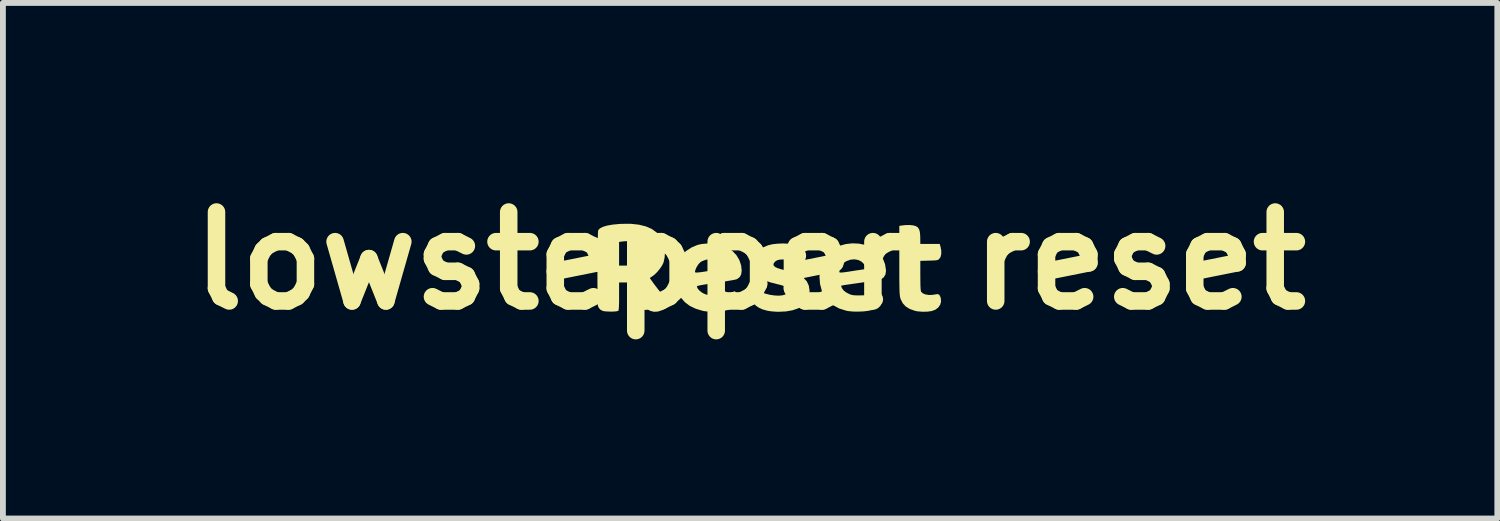
<source format=kicad_pcb>
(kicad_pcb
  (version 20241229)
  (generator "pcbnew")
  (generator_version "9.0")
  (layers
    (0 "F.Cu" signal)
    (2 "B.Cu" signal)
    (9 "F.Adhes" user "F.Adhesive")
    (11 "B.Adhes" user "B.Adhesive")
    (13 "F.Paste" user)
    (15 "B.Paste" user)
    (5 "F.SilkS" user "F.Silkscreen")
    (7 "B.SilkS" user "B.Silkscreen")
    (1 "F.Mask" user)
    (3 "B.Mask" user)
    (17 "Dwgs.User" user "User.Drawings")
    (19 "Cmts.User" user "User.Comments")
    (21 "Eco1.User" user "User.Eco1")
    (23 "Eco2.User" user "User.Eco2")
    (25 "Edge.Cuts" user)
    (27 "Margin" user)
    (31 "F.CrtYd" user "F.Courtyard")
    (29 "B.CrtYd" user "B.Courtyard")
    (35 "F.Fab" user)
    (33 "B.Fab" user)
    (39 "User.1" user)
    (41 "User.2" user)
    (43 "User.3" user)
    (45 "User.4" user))
  (footprint "lowstepper reset"
    (layer "F.Cu")
    (at 9.804 1.418)
    (property "Reference" "lowstepper reset" (at 0 0 0) (layer "F.SilkS") (effects (font (size 1.524 1.524) (thickness 0.3))))
    (attr board_only exclude_from_pos_files exclude_from_bom)
    (fp_poly (pts (xy 2.793 -0.606) (xy 2.839 -0.594) (xy 2.845 -0.591) (xy 2.875 -0.57) (xy 2.896 -0.539) (xy 2.909 -0.494) (xy 2.915 -0.431) (xy 2.916 -0.387) (xy 2.917 -0.288) (xy 3.249 -0.288) (xy 3.263 -0.242) (xy 3.276 -0.175) (xy 3.276 -0.114) (xy 3.263 -0.063) (xy 3.248 -0.04) (xy 3.235 -0.026) (xy 3.222 -0.016) (xy 3.203 -0.01) (xy 3.175 -0.006) (xy 3.132 -0.004) (xy 3.07 -0.002) (xy 3.068 -0.002) (xy 2.917 0.002) (xy 2.917 0.254) (xy 2.918 0.347) (xy 2.919 0.423) (xy 2.922 0.48) (xy 2.926 0.517) (xy 2.93 0.53) (xy 2.958 0.558) (xy 3.003 0.577) (xy 3.062 0.587) (xy 3.128 0.585) (xy 3.175 0.577) (xy 3.213 0.572) (xy 3.239 0.581) (xy 3.256 0.608) (xy 3.267 0.638) (xy 3.273 0.697) (xy 3.258 0.753) (xy 3.224 0.802) (xy 3.174 0.84) (xy 3.109 0.863) (xy 3.033 0.873) (xy 2.948 0.874) (xy 2.867 0.867) (xy 2.824 0.858) (xy 2.735 0.826) (xy 2.667 0.784) (xy 2.616 0.729) (xy 2.581 0.66) (xy 2.576 0.646) (xy 2.572 0.629) (xy 2.568 0.609) (xy 2.565 0.582) (xy 2.562 0.547) (xy 2.56 0.502) (xy 2.559 0.444) (xy 2.558 0.371) (xy 2.557 0.282) (xy 2.557 0.173) (xy 2.557 0.044) (xy 2.557 -0.006) (xy 2.557 -0.597) (xy 2.602 -0.604) (xy 2.667 -0.611) (xy 2.734 -0.612)) (stroke (width 0) (type solid)) (fill yes) (layer "F.SilkS"))
    (fp_poly (pts (xy 0.65 -0.292) (xy 0.729 -0.283) (xy 0.774 -0.272) (xy 0.851 -0.243) (xy 0.906 -0.209) (xy 0.941 -0.166) (xy 0.958 -0.115) (xy 0.96 -0.082) (xy 0.956 -0.051) (xy 0.945 -0.015) (xy 0.93 0.018) (xy 0.915 0.042) (xy 0.906 0.048) (xy 0.893 0.044) (xy 0.863 0.035) (xy 0.822 0.021) (xy 0.809 0.017) (xy 0.734 -0.003) (xy 0.657 -0.017) (xy 0.583 -0.022) (xy 0.518 -0.02) (xy 0.469 -0.01) (xy 0.465 -0.008) (xy 0.43 0.013) (xy 0.407 0.041) (xy 0.406 0.043) (xy 0.4 0.067) (xy 0.408 0.089) (xy 0.432 0.109) (xy 0.474 0.128) (xy 0.536 0.147) (xy 0.608 0.166) (xy 0.676 0.184) (xy 0.743 0.205) (xy 0.801 0.226) (xy 0.84 0.243) (xy 0.916 0.293) (xy 0.972 0.354) (xy 1.006 0.427) (xy 1.019 0.51) (xy 1.017 0.553) (xy 0.999 0.637) (xy 0.96 0.709) (xy 0.901 0.769) (xy 0.824 0.816) (xy 0.727 0.849) (xy 0.613 0.869) (xy 0.482 0.875) (xy 0.48 0.875) (xy 0.419 0.872) (xy 0.353 0.866) (xy 0.297 0.857) (xy 0.294 0.856) (xy 0.214 0.834) (xy 0.147 0.803) (xy 0.096 0.767) (xy 0.072 0.738) (xy 0.051 0.683) (xy 0.05 0.624) (xy 0.067 0.568) (xy 0.095 0.529) (xy 0.119 0.505) (xy 0.183 0.534) (xy 0.257 0.563) (xy 0.336 0.583) (xy 0.415 0.595) (xy 0.49 0.599) (xy 0.555 0.593) (xy 0.605 0.578) (xy 0.621 0.569) (xy 0.648 0.536) (xy 0.654 0.501) (xy 0.637 0.466) (xy 0.622 0.453) (xy 0.597 0.44) (xy 0.555 0.425) (xy 0.503 0.41) (xy 0.463 0.401) (xy 0.345 0.37) (xy 0.249 0.336) (xy 0.173 0.297) (xy 0.117 0.253) (xy 0.078 0.2) (xy 0.054 0.139) (xy 0.045 0.068) (xy 0.044 0.054) (xy 0.054 -0.032) (xy 0.085 -0.107) (xy 0.137 -0.17) (xy 0.211 -0.223) (xy 0.305 -0.263) (xy 0.317 -0.267) (xy 0.386 -0.283) (xy 0.47 -0.292) (xy 0.561 -0.296)) (stroke (width 0) (type solid)) (fill yes) (layer "F.SilkS"))
    (fp_poly (pts (xy -0.58 -0.287) (xy -0.504 -0.273) (xy -0.486 -0.268) (xy -0.387 -0.225) (xy -0.303 -0.167) (xy -0.234 -0.095) (xy -0.184 -0.011) (xy -0.153 0.082) (xy -0.144 0.168) (xy -0.152 0.232) (xy -0.177 0.279) (xy -0.219 0.312) (xy -0.233 0.318) (xy -0.255 0.324) (xy -0.296 0.332) (xy -0.355 0.342) (xy -0.427 0.354) (xy -0.508 0.367) (xy -0.591 0.379) (xy -0.688 0.393) (xy -0.77 0.406) (xy -0.835 0.417) (xy -0.882 0.427) (xy -0.907 0.434) (xy -0.912 0.437) (xy -0.902 0.471) (xy -0.873 0.507) (xy -0.832 0.541) (xy -0.795 0.562) (xy -0.76 0.577) (xy -0.729 0.586) (xy -0.693 0.592) (xy -0.646 0.594) (xy -0.6 0.594) (xy -0.535 0.593) (xy -0.485 0.589) (xy -0.438 0.58) (xy -0.386 0.565) (xy -0.368 0.559) (xy -0.261 0.523) (xy -0.233 0.559) (xy -0.201 0.613) (xy -0.192 0.668) (xy -0.206 0.72) (xy -0.239 0.767) (xy -0.293 0.808) (xy -0.365 0.84) (xy -0.37 0.841) (xy -0.435 0.856) (xy -0.514 0.866) (xy -0.601 0.872) (xy -0.687 0.872) (xy -0.764 0.867) (xy -0.81 0.859) (xy -0.931 0.823) (xy -1.032 0.775) (xy -1.116 0.712) (xy -1.183 0.635) (xy -1.223 0.568) (xy -1.255 0.485) (xy -1.275 0.388) (xy -1.284 0.285) (xy -1.28 0.185) (xy -0.944 0.185) (xy -0.943 0.195) (xy -0.936 0.201) (xy -0.919 0.203) (xy -0.89 0.201) (xy -0.845 0.196) (xy -0.783 0.187) (xy -0.702 0.174) (xy -0.637 0.164) (xy -0.58 0.156) (xy -0.536 0.149) (xy -0.508 0.145) (xy -0.501 0.144) (xy -0.492 0.135) (xy -0.495 0.111) (xy -0.507 0.08) (xy -0.519 0.06) (xy -0.563 0.015) (xy -0.62 -0.013) (xy -0.686 -0.024) (xy -0.754 -0.018) (xy -0.82 0.006) (xy -0.854 0.027) (xy -0.886 0.061) (xy -0.916 0.108) (xy -0.938 0.159) (xy -0.941 0.171) (xy -0.944 0.185) (xy -1.28 0.185) (xy -1.28 0.184) (xy -1.265 0.104) (xy -1.227 -0.002) (xy -1.17 -0.092) (xy -1.095 -0.168) (xy -1 -0.229) (xy -0.9 -0.271) (xy -0.834 -0.286) (xy -0.753 -0.294) (xy -0.666 -0.294)) (stroke (width 0) (type solid)) (fill yes) (layer "F.SilkS"))
    (fp_poly (pts (xy 1.865 -0.293) (xy 1.973 -0.271) (xy 2.074 -0.231) (xy 2.145 -0.188) (xy 2.22 -0.119) (xy 2.276 -0.035) (xy 2.313 0.059) (xy 2.328 0.159) (xy 2.329 0.175) (xy 2.319 0.237) (xy 2.29 0.285) (xy 2.245 0.317) (xy 2.229 0.323) (xy 2.207 0.328) (xy 2.165 0.335) (xy 2.106 0.345) (xy 2.034 0.356) (xy 1.954 0.368) (xy 1.879 0.379) (xy 1.795 0.391) (xy 1.719 0.402) (xy 1.655 0.411) (xy 1.605 0.419) (xy 1.572 0.425) (xy 1.561 0.428) (xy 1.562 0.441) (xy 1.573 0.467) (xy 1.579 0.478) (xy 1.604 0.511) (xy 1.642 0.54) (xy 1.675 0.558) (xy 1.709 0.575) (xy 1.739 0.585) (xy 1.772 0.591) (xy 1.813 0.594) (xy 1.872 0.594) (xy 1.873 0.594) (xy 1.937 0.593) (xy 1.988 0.589) (xy 2.034 0.58) (xy 2.086 0.565) (xy 2.105 0.559) (xy 2.212 0.523) (xy 2.24 0.559) (xy 2.272 0.613) (xy 2.28 0.668) (xy 2.267 0.72) (xy 2.233 0.767) (xy 2.18 0.808) (xy 2.107 0.84) (xy 2.103 0.841) (xy 2.033 0.857) (xy 1.947 0.868) (xy 1.855 0.872) (xy 1.764 0.871) (xy 1.683 0.863) (xy 1.651 0.857) (xy 1.531 0.82) (xy 1.428 0.766) (xy 1.343 0.696) (xy 1.276 0.611) (xy 1.228 0.511) (xy 1.198 0.396) (xy 1.189 0.272) (xy 1.196 0.185) (xy 1.529 0.185) (xy 1.53 0.195) (xy 1.537 0.201) (xy 1.554 0.203) (xy 1.583 0.201) (xy 1.627 0.196) (xy 1.69 0.187) (xy 1.771 0.174) (xy 1.836 0.164) (xy 1.893 0.156) (xy 1.937 0.149) (xy 1.965 0.145) (xy 1.972 0.144) (xy 1.98 0.135) (xy 1.978 0.111) (xy 1.966 0.08) (xy 1.954 0.06) (xy 1.909 0.015) (xy 1.852 -0.013) (xy 1.787 -0.024) (xy 1.719 -0.018) (xy 1.653 0.006) (xy 1.619 0.027) (xy 1.587 0.061) (xy 1.557 0.108) (xy 1.535 0.159) (xy 1.532 0.171) (xy 1.529 0.185) (xy 1.196 0.185) (xy 1.198 0.149) (xy 1.229 0.039) (xy 1.279 -0.058) (xy 1.35 -0.143) (xy 1.356 -0.149) (xy 1.44 -0.211) (xy 1.536 -0.257) (xy 1.642 -0.286) (xy 1.753 -0.298)) (stroke (width 0) (type solid)) (fill yes) (layer "F.SilkS"))
    (fp_poly (pts (xy -1.907 -0.618) (xy -1.788 -0.589) (xy -1.686 -0.545) (xy -1.603 -0.485) (xy -1.537 -0.411) (xy -1.49 -0.32) (xy -1.48 -0.296) (xy -1.464 -0.223) (xy -1.459 -0.139) (xy -1.465 -0.054) (xy -1.481 0.022) (xy -1.487 0.039) (xy -1.512 0.088) (xy -1.549 0.141) (xy -1.592 0.193) (xy -1.637 0.238) (xy -1.677 0.268) (xy -1.682 0.271) (xy -1.706 0.286) (xy -1.717 0.298) (xy -1.717 0.298) (xy -1.71 0.31) (xy -1.69 0.338) (xy -1.66 0.38) (xy -1.622 0.431) (xy -1.577 0.49) (xy -1.56 0.511) (xy -1.514 0.572) (xy -1.474 0.626) (xy -1.44 0.672) (xy -1.417 0.706) (xy -1.405 0.725) (xy -1.404 0.727) (xy -1.414 0.755) (xy -1.438 0.789) (xy -1.471 0.821) (xy -1.508 0.847) (xy -1.512 0.849) (xy -1.579 0.871) (xy -1.648 0.875) (xy -1.708 0.86) (xy -1.734 0.846) (xy -1.761 0.824) (xy -1.792 0.791) (xy -1.827 0.746) (xy -1.87 0.685) (xy -1.921 0.607) (xy -1.951 0.562) (xy -2.071 0.373) (xy -2.158 0.373) (xy -2.245 0.372) (xy -2.245 0.611) (xy -2.245 0.698) (xy -2.247 0.768) (xy -2.25 0.819) (xy -2.254 0.85) (xy -2.257 0.858) (xy -2.281 0.865) (xy -2.322 0.87) (xy -2.373 0.872) (xy -2.426 0.871) (xy -2.476 0.868) (xy -2.514 0.863) (xy -2.526 0.859) (xy -2.568 0.837) (xy -2.594 0.805) (xy -2.607 0.774) (xy -2.609 0.755) (xy -2.611 0.715) (xy -2.613 0.656) (xy -2.614 0.582) (xy -2.615 0.496) (xy -2.616 0.399) (xy -2.616 0.296) (xy -2.616 0.188) (xy -2.616 0.084) (xy -2.245 0.084) (xy -2.146 0.084) (xy -2.092 0.082) (xy -2.042 0.079) (xy -2.004 0.073) (xy -2 0.073) (xy -1.933 0.046) (xy -1.883 0.003) (xy -1.851 -0.055) (xy -1.839 -0.108) (xy -1.843 -0.177) (xy -1.866 -0.235) (xy -1.908 -0.281) (xy -1.968 -0.314) (xy -2.043 -0.332) (xy -2.132 -0.335) (xy -2.178 -0.331) (xy -2.245 -0.322) (xy -2.245 0.084) (xy -2.616 0.084) (xy -2.616 0.079) (xy -2.615 -0.029) (xy -2.614 -0.134) (xy -2.613 -0.231) (xy -2.612 -0.319) (xy -2.61 -0.394) (xy -2.608 -0.455) (xy -2.606 -0.497) (xy -2.604 -0.519) (xy -2.603 -0.521) (xy -2.576 -0.553) (xy -2.526 -0.579) (xy -2.455 -0.601) (xy -2.363 -0.618) (xy -2.251 -0.629) (xy -2.202 -0.632) (xy -2.045 -0.633)) (stroke (width 0) (type solid)) (fill yes) (layer "F.SilkS")))
  (gr_rect
    (start -3 -3)
    (end 22.609 5.836)
    (stroke (width 0.1) (type default))
    (fill no)
    (layer "Edge.Cuts")))
</source>
